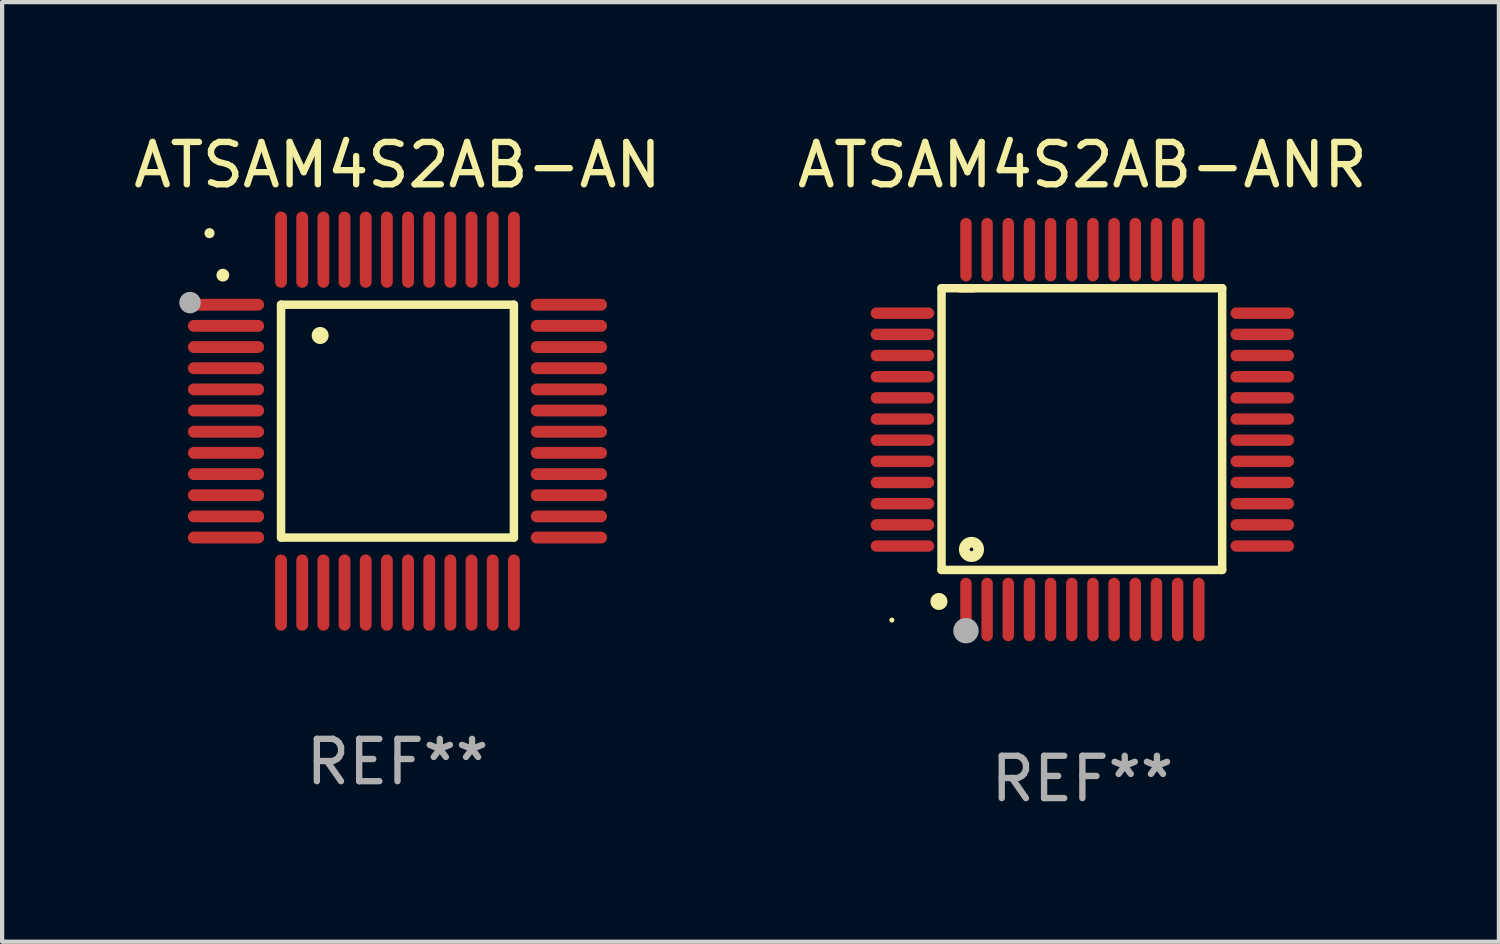
<source format=kicad_pcb>
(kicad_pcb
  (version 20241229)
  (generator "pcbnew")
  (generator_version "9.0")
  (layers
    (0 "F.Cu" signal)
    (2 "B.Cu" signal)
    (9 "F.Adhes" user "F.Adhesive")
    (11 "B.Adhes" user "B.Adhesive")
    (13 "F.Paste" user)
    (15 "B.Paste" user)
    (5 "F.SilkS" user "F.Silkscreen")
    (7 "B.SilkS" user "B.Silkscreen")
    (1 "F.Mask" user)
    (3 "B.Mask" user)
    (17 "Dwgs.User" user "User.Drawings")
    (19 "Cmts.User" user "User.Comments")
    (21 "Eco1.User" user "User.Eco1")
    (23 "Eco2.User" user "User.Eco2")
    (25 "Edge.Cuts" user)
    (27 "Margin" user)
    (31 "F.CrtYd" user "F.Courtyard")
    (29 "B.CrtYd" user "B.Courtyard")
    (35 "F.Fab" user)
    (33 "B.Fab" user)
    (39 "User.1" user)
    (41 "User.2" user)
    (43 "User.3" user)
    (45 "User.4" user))
  (footprint "ATSAM4S2AB-AN"
    (layer "F.Cu")
    (at 6.339 6.898)
    (property "Reference" "ATSAM4S2AB-AN" (at 0 -6.05 0) (layer "F.SilkS") (effects (font (size 1 1) (thickness 0.15))))
    (attr through_hole)
    (fp_line (start -2.75 -2.75) (end 2.75 -2.75) (stroke (width 0.2) (type solid)) (layer "F.SilkS"))
    (fp_line (start -2.75 2.75) (end -2.75 -2.75) (stroke (width 0.2) (type solid)) (layer "F.SilkS"))
    (fp_line (start 2.75 -2.75) (end 2.75 2.75) (stroke (width 0.2) (type solid)) (layer "F.SilkS"))
    (fp_line (start 2.75 2.75) (end -2.75 2.75) (stroke (width 0.2) (type solid)) (layer "F.SilkS"))
    (fp_arc (start -4.124968 -3.446787) (mid -4.124973 -3.448057) (end -4.124968 -3.449327) (stroke (width 0.3) (type solid)) (layer "F.SilkS"))
    (fp_arc (start -1.826264 -2.021844) (mid -1.826268 -2.023114) (end -1.826264 -2.024384) (stroke (width 0.4) (type solid)) (layer "F.SilkS"))
    (fp_circle (center -4.44 -4.44) (end -4.38 -4.44) (stroke (width 0.12) (type solid)) (fill no) (layer "F.SilkS"))
    (fp_circle (center -4.9 -2.8) (end -4.773 -2.8) (stroke (width 0.254) (type solid)) (fill no) (layer "F.Fab"))
    (fp_text user "REF**" (at 0 8.05 0) (layer "F.Fab") (effects (font (size 1 1) (thickness 0.15))))
    (pad "1" smd oval (at -4.05 -2.75 90) (size 0.28 1.8) (layers "F.Cu" "F.Mask" "F.Paste"))
    (pad "2" smd oval (at -4.05 -2.25 90) (size 0.28 1.8) (layers "F.Cu" "F.Mask" "F.Paste"))
    (pad "3" smd oval (at -4.05 -1.75 90) (size 0.28 1.8) (layers "F.Cu" "F.Mask" "F.Paste"))
    (pad "4" smd oval (at -4.05 -1.25 90) (size 0.28 1.8) (layers "F.Cu" "F.Mask" "F.Paste"))
    (pad "5" smd oval (at -4.05 -0.75 90) (size 0.28 1.8) (layers "F.Cu" "F.Mask" "F.Paste"))
    (pad "6" smd oval (at -4.05 -0.25 90) (size 0.28 1.8) (layers "F.Cu" "F.Mask" "F.Paste"))
    (pad "7" smd oval (at -4.05 0.25 90) (size 0.28 1.8) (layers "F.Cu" "F.Mask" "F.Paste"))
    (pad "8" smd oval (at -4.05 0.75 90) (size 0.28 1.8) (layers "F.Cu" "F.Mask" "F.Paste"))
    (pad "9" smd oval (at -4.05 1.25 90) (size 0.28 1.8) (layers "F.Cu" "F.Mask" "F.Paste"))
    (pad "10" smd oval (at -4.05 1.75 90) (size 0.28 1.8) (layers "F.Cu" "F.Mask" "F.Paste"))
    (pad "11" smd oval (at -4.05 2.25 90) (size 0.28 1.8) (layers "F.Cu" "F.Mask" "F.Paste"))
    (pad "12" smd oval (at -4.05 2.75 90) (size 0.28 1.8) (layers "F.Cu" "F.Mask" "F.Paste"))
    (pad "13" smd oval (at -2.75 4.05) (size 0.28 1.8) (layers "F.Cu" "F.Mask" "F.Paste"))
    (pad "14" smd oval (at -2.25 4.05) (size 0.28 1.8) (layers "F.Cu" "F.Mask" "F.Paste"))
    (pad "15" smd oval (at -1.75 4.05) (size 0.28 1.8) (layers "F.Cu" "F.Mask" "F.Paste"))
    (pad "16" smd oval (at -1.25 4.05) (size 0.28 1.8) (layers "F.Cu" "F.Mask" "F.Paste"))
    (pad "17" smd oval (at -0.75 4.05) (size 0.28 1.8) (layers "F.Cu" "F.Mask" "F.Paste"))
    (pad "18" smd oval (at -0.25 4.05) (size 0.28 1.8) (layers "F.Cu" "F.Mask" "F.Paste"))
    (pad "19" smd oval (at 0.25 4.05) (size 0.28 1.8) (layers "F.Cu" "F.Mask" "F.Paste"))
    (pad "20" smd oval (at 0.75 4.05) (size 0.28 1.8) (layers "F.Cu" "F.Mask" "F.Paste"))
    (pad "21" smd oval (at 1.25 4.05) (size 0.28 1.8) (layers "F.Cu" "F.Mask" "F.Paste"))
    (pad "22" smd oval (at 1.75 4.05) (size 0.28 1.8) (layers "F.Cu" "F.Mask" "F.Paste"))
    (pad "23" smd oval (at 2.25 4.05) (size 0.28 1.8) (layers "F.Cu" "F.Mask" "F.Paste"))
    (pad "24" smd oval (at 2.75 4.05) (size 0.28 1.8) (layers "F.Cu" "F.Mask" "F.Paste"))
    (pad "25" smd oval (at 4.05 2.75 90) (size 0.28 1.8) (layers "F.Cu" "F.Mask" "F.Paste"))
    (pad "26" smd oval (at 4.05 2.25 90) (size 0.28 1.8) (layers "F.Cu" "F.Mask" "F.Paste"))
    (pad "27" smd oval (at 4.05 1.75 90) (size 0.28 1.8) (layers "F.Cu" "F.Mask" "F.Paste"))
    (pad "28" smd oval (at 4.05 1.25 90) (size 0.28 1.8) (layers "F.Cu" "F.Mask" "F.Paste"))
    (pad "29" smd oval (at 4.05 0.75 90) (size 0.28 1.8) (layers "F.Cu" "F.Mask" "F.Paste"))
    (pad "30" smd oval (at 4.05 0.25 90) (size 0.28 1.8) (layers "F.Cu" "F.Mask" "F.Paste"))
    (pad "31" smd oval (at 4.05 -0.25 90) (size 0.28 1.8) (layers "F.Cu" "F.Mask" "F.Paste"))
    (pad "32" smd oval (at 4.05 -0.75 90) (size 0.28 1.8) (layers "F.Cu" "F.Mask" "F.Paste"))
    (pad "33" smd oval (at 4.05 -1.25 90) (size 0.28 1.8) (layers "F.Cu" "F.Mask" "F.Paste"))
    (pad "34" smd oval (at 4.05 -1.75 90) (size 0.28 1.8) (layers "F.Cu" "F.Mask" "F.Paste"))
    (pad "35" smd oval (at 4.05 -2.25 90) (size 0.28 1.8) (layers "F.Cu" "F.Mask" "F.Paste"))
    (pad "36" smd oval (at 4.05 -2.75 90) (size 0.28 1.8) (layers "F.Cu" "F.Mask" "F.Paste"))
    (pad "37" smd oval (at 2.75 -4.05) (size 0.28 1.8) (layers "F.Cu" "F.Mask" "F.Paste"))
    (pad "38" smd oval (at 2.25 -4.05) (size 0.28 1.8) (layers "F.Cu" "F.Mask" "F.Paste"))
    (pad "39" smd oval (at 1.75 -4.05) (size 0.28 1.8) (layers "F.Cu" "F.Mask" "F.Paste"))
    (pad "40" smd oval (at 1.25 -4.05) (size 0.28 1.8) (layers "F.Cu" "F.Mask" "F.Paste"))
    (pad "41" smd oval (at 0.75 -4.05) (size 0.28 1.8) (layers "F.Cu" "F.Mask" "F.Paste"))
    (pad "42" smd oval (at 0.25 -4.05) (size 0.28 1.8) (layers "F.Cu" "F.Mask" "F.Paste"))
    (pad "43" smd oval (at -0.25 -4.05) (size 0.28 1.8) (layers "F.Cu" "F.Mask" "F.Paste"))
    (pad "44" smd oval (at -0.75 -4.05) (size 0.28 1.8) (layers "F.Cu" "F.Mask" "F.Paste"))
    (pad "45" smd oval (at -1.25 -4.05) (size 0.28 1.8) (layers "F.Cu" "F.Mask" "F.Paste"))
    (pad "46" smd oval (at -1.75 -4.05) (size 0.28 1.8) (layers "F.Cu" "F.Mask" "F.Paste"))
    (pad "47" smd oval (at -2.25 -4.05) (size 0.28 1.8) (layers "F.Cu" "F.Mask" "F.Paste"))
    (pad "48" smd oval (at -2.75 -4.05) (size 0.28 1.8) (layers "F.Cu" "F.Mask" "F.Paste")))
  (footprint "ATSAM4S2AB-ANR"
    (layer "F.Cu")
    (at 22.518 7.098)
    (property "Reference" "ATSAM4S2AB-ANR" (at 0 -6.25 0) (layer "F.SilkS") (effects (font (size 1 1) (thickness 0.15))))
    (attr through_hole)
    (fp_line (start -3.327 -3.34) (end -2.565 -3.34) (stroke (width 0.2) (type solid)) (layer "F.SilkS"))
    (fp_line (start -3.327 3.315) (end -3.327 -3.34) (stroke (width 0.2) (type solid)) (layer "F.SilkS"))
    (fp_line (start -2.896 -3.34) (end 3.302 -3.34) (stroke (width 0.2) (type solid)) (layer "F.SilkS"))
    (fp_line (start 3.302 -3.34) (end 3.302 3.315) (stroke (width 0.2) (type solid)) (layer "F.SilkS"))
    (fp_line (start 3.302 3.315) (end -3.327 3.315) (stroke (width 0.2) (type solid)) (layer "F.SilkS"))
    (fp_arc (start -3.389992 4.059995) (mid -3.388722 4.059991) (end -3.387452 4.059995) (stroke (width 0.4) (type solid)) (layer "F.SilkS"))
    (fp_circle (center -4.5 4.5) (end -4.47 4.5) (stroke (width 0.06) (type solid)) (fill no) (layer "F.SilkS"))
    (fp_circle (center -2.62 2.83) (end -2.45 2.83) (stroke (width 0.254) (type solid)) (fill no) (layer "F.SilkS"))
    (fp_circle (center -2.75 4.75) (end -2.6 4.75) (stroke (width 0.3) (type solid)) (fill no) (layer "F.Fab"))
    (fp_text user "REF**" (at 0 8.25 0) (layer "F.Fab") (effects (font (size 1 1) (thickness 0.15))))
    (pad "1" smd oval (at -2.75 4.25) (size 0.27 1.5) (layers "F.Cu" "F.Mask" "F.Paste"))
    (pad "2" smd oval (at -2.25 4.25) (size 0.27 1.5) (layers "F.Cu" "F.Mask" "F.Paste"))
    (pad "3" smd oval (at -1.75 4.25) (size 0.27 1.5) (layers "F.Cu" "F.Mask" "F.Paste"))
    (pad "4" smd oval (at -1.25 4.25) (size 0.27 1.5) (layers "F.Cu" "F.Mask" "F.Paste"))
    (pad "5" smd oval (at -0.75 4.25) (size 0.27 1.5) (layers "F.Cu" "F.Mask" "F.Paste"))
    (pad "6" smd oval (at -0.25 4.25) (size 0.27 1.5) (layers "F.Cu" "F.Mask" "F.Paste"))
    (pad "7" smd oval (at 0.25 4.25) (size 0.27 1.5) (layers "F.Cu" "F.Mask" "F.Paste"))
    (pad "8" smd oval (at 0.75 4.25) (size 0.27 1.5) (layers "F.Cu" "F.Mask" "F.Paste"))
    (pad "9" smd oval (at 1.25 4.25) (size 0.27 1.5) (layers "F.Cu" "F.Mask" "F.Paste"))
    (pad "10" smd oval (at 1.75 4.25) (size 0.27 1.5) (layers "F.Cu" "F.Mask" "F.Paste"))
    (pad "11" smd oval (at 2.25 4.25) (size 0.27 1.5) (layers "F.Cu" "F.Mask" "F.Paste"))
    (pad "12" smd oval (at 2.75 4.25) (size 0.27 1.5) (layers "F.Cu" "F.Mask" "F.Paste"))
    (pad "13" smd oval (at 4.25 2.75) (size 1.5 0.27) (layers "F.Cu" "F.Mask" "F.Paste"))
    (pad "14" smd oval (at 4.25 2.25) (size 1.5 0.27) (layers "F.Cu" "F.Mask" "F.Paste"))
    (pad "15" smd oval (at 4.25 1.75) (size 1.5 0.27) (layers "F.Cu" "F.Mask" "F.Paste"))
    (pad "16" smd oval (at 4.25 1.25) (size 1.5 0.27) (layers "F.Cu" "F.Mask" "F.Paste"))
    (pad "17" smd oval (at 4.25 0.75) (size 1.5 0.27) (layers "F.Cu" "F.Mask" "F.Paste"))
    (pad "18" smd oval (at 4.25 0.25) (size 1.5 0.27) (layers "F.Cu" "F.Mask" "F.Paste"))
    (pad "19" smd oval (at 4.25 -0.25) (size 1.5 0.27) (layers "F.Cu" "F.Mask" "F.Paste"))
    (pad "20" smd oval (at 4.25 -0.75) (size 1.5 0.27) (layers "F.Cu" "F.Mask" "F.Paste"))
    (pad "21" smd oval (at 4.25 -1.25) (size 1.5 0.27) (layers "F.Cu" "F.Mask" "F.Paste"))
    (pad "22" smd oval (at 4.25 -1.75) (size 1.5 0.27) (layers "F.Cu" "F.Mask" "F.Paste"))
    (pad "23" smd oval (at 4.25 -2.25) (size 1.5 0.27) (layers "F.Cu" "F.Mask" "F.Paste"))
    (pad "24" smd oval (at 4.25 -2.75) (size 1.5 0.27) (layers "F.Cu" "F.Mask" "F.Paste"))
    (pad "25" smd oval (at 2.75 -4.25) (size 0.27 1.5) (layers "F.Cu" "F.Mask" "F.Paste"))
    (pad "26" smd oval (at 2.25 -4.25) (size 0.27 1.5) (layers "F.Cu" "F.Mask" "F.Paste"))
    (pad "27" smd oval (at 1.75 -4.25) (size 0.27 1.5) (layers "F.Cu" "F.Mask" "F.Paste"))
    (pad "28" smd oval (at 1.25 -4.25) (size 0.27 1.5) (layers "F.Cu" "F.Mask" "F.Paste"))
    (pad "29" smd oval (at 0.75 -4.25) (size 0.27 1.5) (layers "F.Cu" "F.Mask" "F.Paste"))
    (pad "30" smd oval (at 0.25 -4.25) (size 0.27 1.5) (layers "F.Cu" "F.Mask" "F.Paste"))
    (pad "31" smd oval (at -0.25 -4.25) (size 0.27 1.5) (layers "F.Cu" "F.Mask" "F.Paste"))
    (pad "32" smd oval (at -0.75 -4.25) (size 0.27 1.5) (layers "F.Cu" "F.Mask" "F.Paste"))
    (pad "33" smd oval (at -1.25 -4.25) (size 0.27 1.5) (layers "F.Cu" "F.Mask" "F.Paste"))
    (pad "34" smd oval (at -1.75 -4.25) (size 0.27 1.5) (layers "F.Cu" "F.Mask" "F.Paste"))
    (pad "35" smd oval (at -2.25 -4.25) (size 0.27 1.5) (layers "F.Cu" "F.Mask" "F.Paste"))
    (pad "36" smd oval (at -2.75 -4.25) (size 0.27 1.5) (layers "F.Cu" "F.Mask" "F.Paste"))
    (pad "37" smd oval (at -4.25 -2.75) (size 1.5 0.27) (layers "F.Cu" "F.Mask" "F.Paste"))
    (pad "38" smd oval (at -4.25 -2.25) (size 1.5 0.27) (layers "F.Cu" "F.Mask" "F.Paste"))
    (pad "39" smd oval (at -4.25 -1.75) (size 1.5 0.27) (layers "F.Cu" "F.Mask" "F.Paste"))
    (pad "40" smd oval (at -4.25 -1.25) (size 1.5 0.27) (layers "F.Cu" "F.Mask" "F.Paste"))
    (pad "41" smd oval (at -4.25 -0.75) (size 1.5 0.27) (layers "F.Cu" "F.Mask" "F.Paste"))
    (pad "42" smd oval (at -4.25 -0.25) (size 1.5 0.27) (layers "F.Cu" "F.Mask" "F.Paste"))
    (pad "43" smd oval (at -4.25 0.25) (size 1.5 0.27) (layers "F.Cu" "F.Mask" "F.Paste"))
    (pad "44" smd oval (at -4.25 0.75) (size 1.5 0.27) (layers "F.Cu" "F.Mask" "F.Paste"))
    (pad "45" smd oval (at -4.25 1.25) (size 1.5 0.27) (layers "F.Cu" "F.Mask" "F.Paste"))
    (pad "46" smd oval (at -4.25 1.75) (size 1.5 0.27) (layers "F.Cu" "F.Mask" "F.Paste"))
    (pad "47" smd oval (at -4.25 2.25) (size 1.5 0.27) (layers "F.Cu" "F.Mask" "F.Paste"))
    (pad "48" smd oval (at -4.25 2.75) (size 1.5 0.27) (layers "F.Cu" "F.Mask" "F.Paste")))
  (gr_rect
    (start -3 -3)
    (end 32.357 19.196)
    (stroke (width 0.1) (type default))
    (fill no)
    (layer "Edge.Cuts")))
</source>
